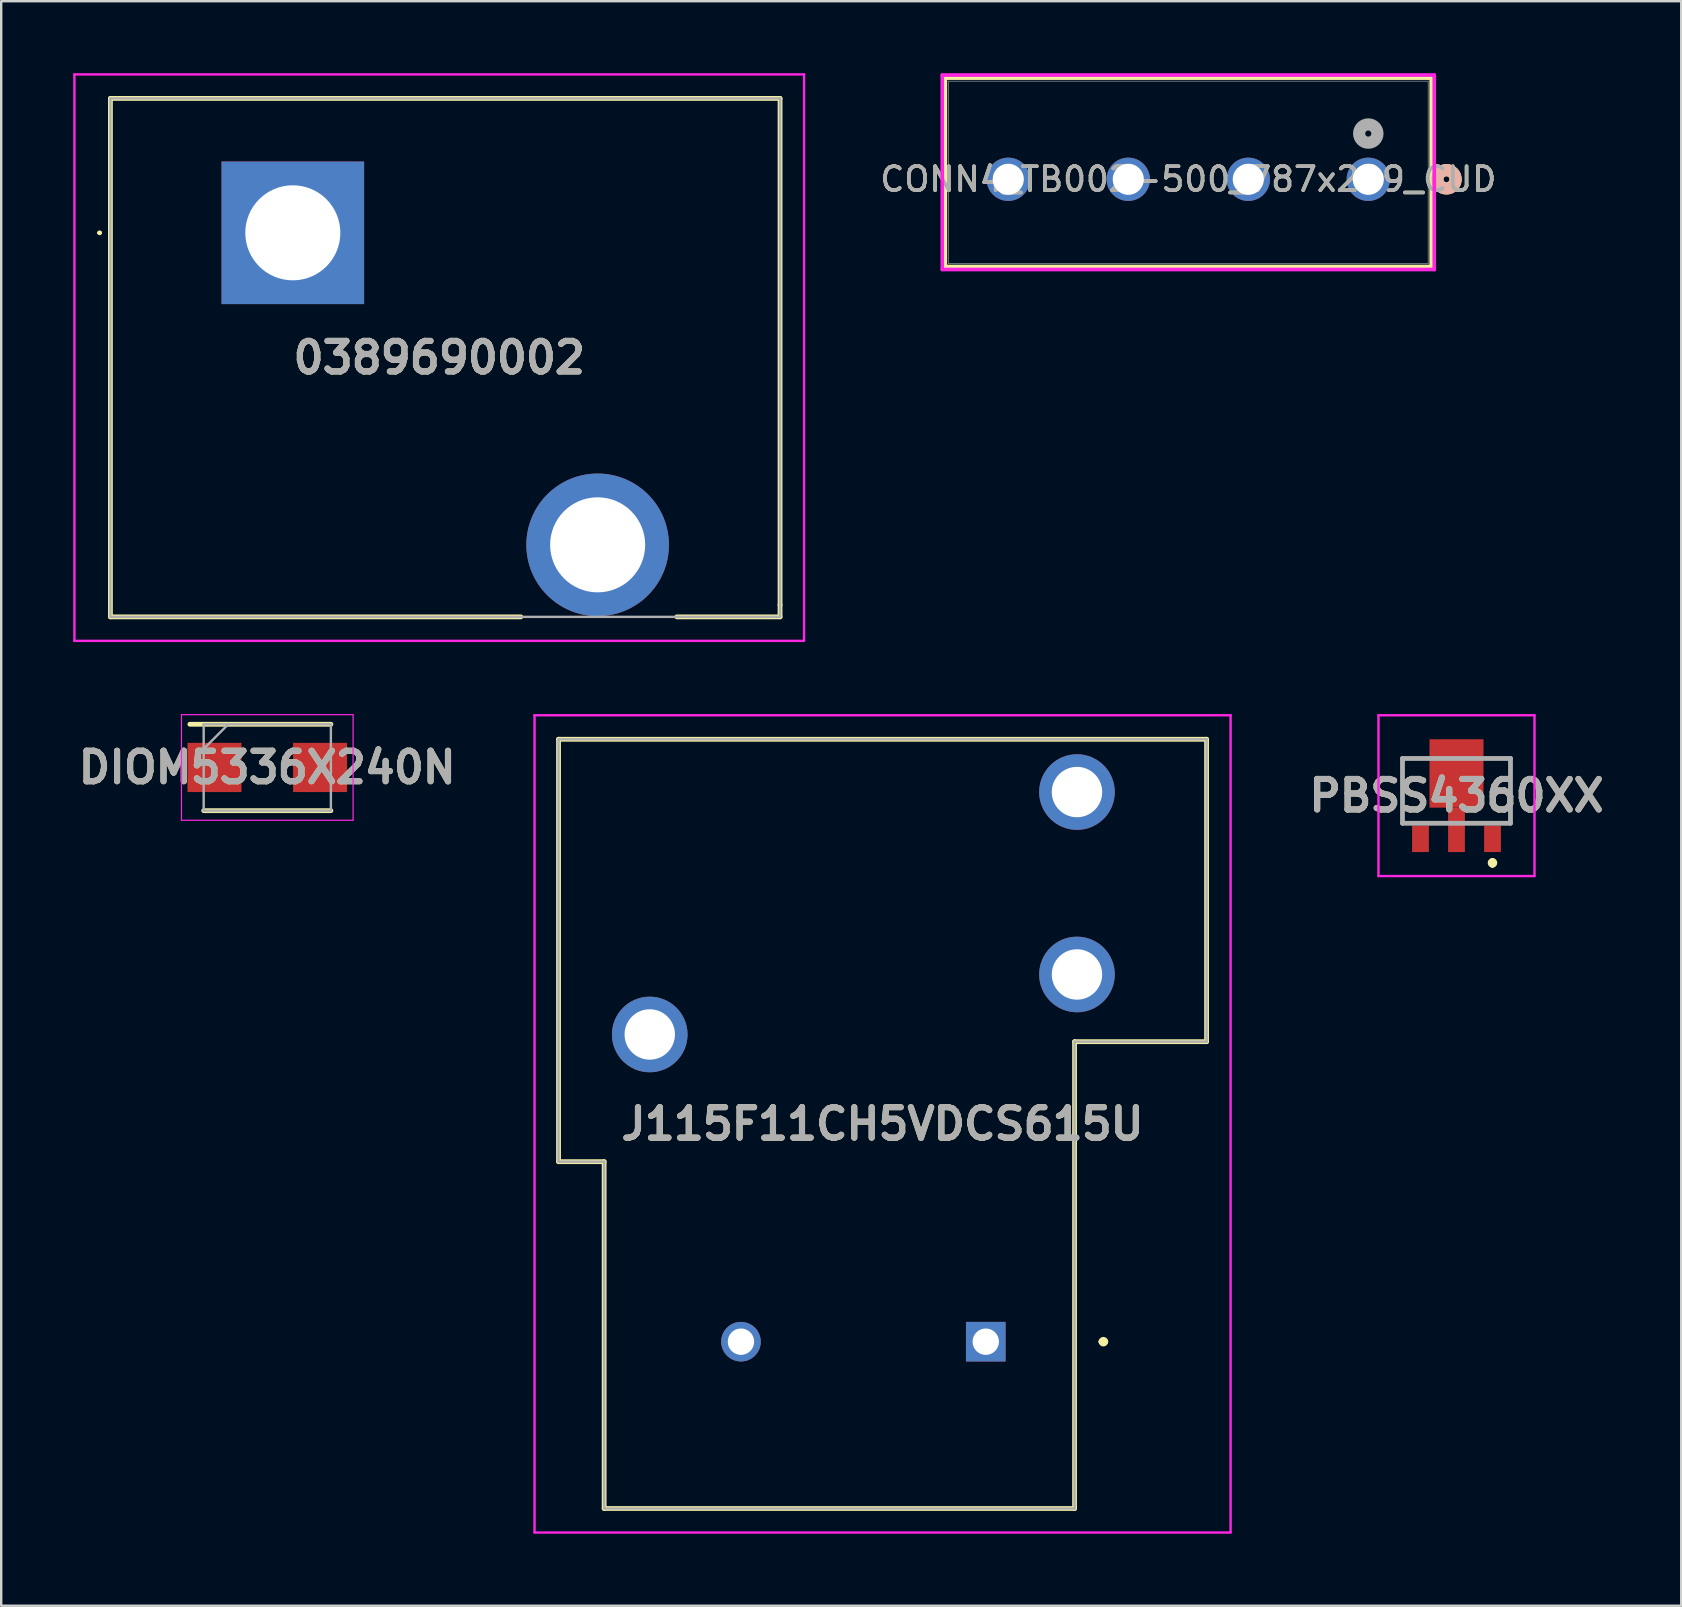
<source format=kicad_pcb>
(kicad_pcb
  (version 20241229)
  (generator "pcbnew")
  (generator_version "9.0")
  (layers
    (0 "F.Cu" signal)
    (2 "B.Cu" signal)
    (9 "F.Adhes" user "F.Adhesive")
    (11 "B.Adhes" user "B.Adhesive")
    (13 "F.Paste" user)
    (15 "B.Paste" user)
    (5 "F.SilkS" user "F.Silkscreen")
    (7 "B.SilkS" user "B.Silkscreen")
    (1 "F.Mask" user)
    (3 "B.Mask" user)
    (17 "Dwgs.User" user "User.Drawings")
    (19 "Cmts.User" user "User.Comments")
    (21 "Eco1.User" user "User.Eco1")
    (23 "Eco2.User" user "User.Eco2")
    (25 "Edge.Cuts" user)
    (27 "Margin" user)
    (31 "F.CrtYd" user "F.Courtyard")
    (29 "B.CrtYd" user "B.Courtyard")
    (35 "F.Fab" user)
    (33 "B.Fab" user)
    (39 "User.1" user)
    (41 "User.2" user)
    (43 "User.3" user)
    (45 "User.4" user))
  (footprint "0389690002"
    (layer "F.Cu")
    (at 9.15 6.65)
    (property "Reference" "0389690002" (at 6.1 5.2 0) (layer "F.SilkS") (effects (font (size 1.27 1.27) (thickness 0.254))))
    (attr through_hole)
    (fp_line (start -8.1 0) (end -8.1 0) (stroke (width 0.1) (type solid)) (layer "F.SilkS"))
    (fp_line (start -8 0) (end -8 0) (stroke (width 0.1) (type solid)) (layer "F.SilkS"))
    (fp_line (start -7.6 -5.6) (end 20.3 -5.6) (stroke (width 0.2) (type solid)) (layer "F.SilkS"))
    (fp_line (start -7.6 16) (end -7.6 -5.6) (stroke (width 0.2) (type solid)) (layer "F.SilkS"))
    (fp_line (start 9.5 16) (end -7.6 16) (stroke (width 0.2) (type solid)) (layer "F.SilkS"))
    (fp_line (start 20.3 -5.6) (end 20.3 15.5) (stroke (width 0.2) (type solid)) (layer "F.SilkS"))
    (fp_line (start 20.3 15.5) (end 20.3 16) (stroke (width 0.2) (type solid)) (layer "F.SilkS"))
    (fp_line (start 20.3 16) (end 16 16) (stroke (width 0.2) (type solid)) (layer "F.SilkS"))
    (fp_arc (start -8.1 0) (mid -8.05 -0.05) (end -8 0) (stroke (width 0.1) (type solid)) (layer "F.SilkS"))
    (fp_arc (start -8 0) (mid -8.05 0.05) (end -8.1 0) (stroke (width 0.1) (type solid)) (layer "F.SilkS"))
    (fp_line (start -9.1 -6.6) (end 21.3 -6.6) (stroke (width 0.1) (type solid)) (layer "F.CrtYd"))
    (fp_line (start -9.1 17) (end -9.1 -6.6) (stroke (width 0.1) (type solid)) (layer "F.CrtYd"))
    (fp_line (start 21.3 -6.6) (end 21.3 17) (stroke (width 0.1) (type solid)) (layer "F.CrtYd"))
    (fp_line (start 21.3 17) (end -9.1 17) (stroke (width 0.1) (type solid)) (layer "F.CrtYd"))
    (fp_line (start -7.6 -5.6) (end 20.3 -5.6) (stroke (width 0.1) (type solid)) (layer "F.Fab"))
    (fp_line (start -7.6 16) (end -7.6 -5.6) (stroke (width 0.1) (type solid)) (layer "F.Fab"))
    (fp_line (start 20.3 -5.6) (end 20.3 16) (stroke (width 0.1) (type solid)) (layer "F.Fab"))
    (fp_line (start 20.3 16) (end -7.6 16) (stroke (width 0.1) (type solid)) (layer "F.Fab"))
    (fp_text user "${REFERENCE}" (at 6.1 5.2 0) (layer "F.Fab") (effects (font (size 1.27 1.27) (thickness 0.254))))
    (pad "1" thru_hole rect (at 0 0) (size 5.94 5.94) (drill 3.96) (layers "*.Cu" "*.Mask"))
    (pad "2" thru_hole circle (at 12.7 13) (size 5.94 5.94) (drill 3.96) (layers "*.Cu" "*.Mask")))
  (footprint "DIOM5336X240N"
    (layer "F.Cu")
    (at 8.086 28.925)
    (property "Reference" "DIOM5336X240N" (at 0 0 0) (layer "F.SilkS") (effects (font (size 1.27 1.27) (thickness 0.254))))
    (attr smd)
    (fp_line (start -2.65 1.8) (end 2.65 1.8) (stroke (width 0.2) (type solid)) (layer "F.SilkS"))
    (fp_line (start 2.65 -1.8) (end -3.225 -1.8) (stroke (width 0.2) (type solid)) (layer "F.SilkS"))
    (fp_line (start -3.575 -2.2) (end 3.575 -2.2) (stroke (width 0.05) (type solid)) (layer "F.CrtYd"))
    (fp_line (start -3.575 2.2) (end -3.575 -2.2) (stroke (width 0.05) (type solid)) (layer "F.CrtYd"))
    (fp_line (start 3.575 -2.2) (end 3.575 2.2) (stroke (width 0.05) (type solid)) (layer "F.CrtYd"))
    (fp_line (start 3.575 2.2) (end -3.575 2.2) (stroke (width 0.05) (type solid)) (layer "F.CrtYd"))
    (fp_line (start -2.65 -1.8) (end 2.65 -1.8) (stroke (width 0.1) (type solid)) (layer "F.Fab"))
    (fp_line (start -2.65 -0.775) (end -1.625 -1.8) (stroke (width 0.1) (type solid)) (layer "F.Fab"))
    (fp_line (start -2.65 1.8) (end -2.65 -1.8) (stroke (width 0.1) (type solid)) (layer "F.Fab"))
    (fp_line (start 2.65 -1.8) (end 2.65 1.8) (stroke (width 0.1) (type solid)) (layer "F.Fab"))
    (fp_line (start 2.65 1.8) (end -2.65 1.8) (stroke (width 0.1) (type solid)) (layer "F.Fab"))
    (fp_text user "${REFERENCE}" (at 0 0 0) (layer "F.Fab") (effects (font (size 1.27 1.27) (thickness 0.254))))
    (pad "1" smd rect (at -2.2 0 90) (size 2.05 2.25) (layers "F.Cu" "F.Mask" "F.Paste"))
    (pad "2" smd rect (at 2.2 0 90) (size 2.05 2.25) (layers "F.Cu" "F.Mask" "F.Paste")))
  (footprint "J115F11CH5VDCS615U"
    (layer "F.Cu")
    (at 38.021 52.85)
    (property "Reference" "J115F11CH5VDCS615U" (at -4.3 -9.075 0) (layer "F.SilkS") (effects (font (size 1.27 1.27) (thickness 0.254))))
    (attr through_hole)
    (fp_line (start -17.8 -25.1) (end 9.2 -25.1) (stroke (width 0.2) (type solid)) (layer "F.SilkS"))
    (fp_line (start -17.8 -7.5) (end -17.8 -25.1) (stroke (width 0.2) (type solid)) (layer "F.SilkS"))
    (fp_line (start -15.9 -7.5) (end -17.8 -7.5) (stroke (width 0.2) (type solid)) (layer "F.SilkS"))
    (fp_line (start -15.9 6.95) (end -15.9 -7.5) (stroke (width 0.2) (type solid)) (layer "F.SilkS"))
    (fp_line (start 3.7 -12.5) (end 3.7 6.95) (stroke (width 0.2) (type solid)) (layer "F.SilkS"))
    (fp_line (start 3.7 6.95) (end -15.9 6.95) (stroke (width 0.2) (type solid)) (layer "F.SilkS"))
    (fp_line (start 4.8 0) (end 4.8 0) (stroke (width 0.2) (type solid)) (layer "F.SilkS"))
    (fp_line (start 5 0) (end 5 0) (stroke (width 0.2) (type solid)) (layer "F.SilkS"))
    (fp_line (start 9.2 -25.1) (end 9.2 -12.5) (stroke (width 0.2) (type solid)) (layer "F.SilkS"))
    (fp_line (start 9.2 -12.5) (end 3.7 -12.5) (stroke (width 0.2) (type solid)) (layer "F.SilkS"))
    (fp_arc (start 4.8 0) (mid 4.9 -0.1) (end 5 0) (stroke (width 0.2) (type solid)) (layer "F.SilkS"))
    (fp_arc (start 5 0) (mid 4.9 0.1) (end 4.8 0) (stroke (width 0.2) (type solid)) (layer "F.SilkS"))
    (fp_line (start -18.8 -26.1) (end -18.8 7.95) (stroke (width 0.1) (type solid)) (layer "F.CrtYd"))
    (fp_line (start -18.8 7.95) (end 10.2 7.95) (stroke (width 0.1) (type solid)) (layer "F.CrtYd"))
    (fp_line (start 10.2 -26.1) (end -18.8 -26.1) (stroke (width 0.1) (type solid)) (layer "F.CrtYd"))
    (fp_line (start 10.2 7.95) (end 10.2 -26.1) (stroke (width 0.1) (type solid)) (layer "F.CrtYd"))
    (fp_line (start -17.8 -25.1) (end -17.8 -7.5) (stroke (width 0.1) (type solid)) (layer "F.Fab"))
    (fp_line (start -17.8 -7.5) (end -15.9 -7.5) (stroke (width 0.1) (type solid)) (layer "F.Fab"))
    (fp_line (start -15.9 -7.5) (end -15.9 6.95) (stroke (width 0.1) (type solid)) (layer "F.Fab"))
    (fp_line (start -15.9 6.95) (end 3.7 6.95) (stroke (width 0.1) (type solid)) (layer "F.Fab"))
    (fp_line (start 3.7 -12.5) (end 9.2 -12.5) (stroke (width 0.1) (type solid)) (layer "F.Fab"))
    (fp_line (start 3.7 6.95) (end 3.7 -12.5) (stroke (width 0.1) (type solid)) (layer "F.Fab"))
    (fp_line (start 9.2 -25.1) (end -17.8 -25.1) (stroke (width 0.1) (type solid)) (layer "F.Fab"))
    (fp_line (start 9.2 -12.5) (end 9.2 -25.1) (stroke (width 0.1) (type solid)) (layer "F.Fab"))
    (fp_text user "${REFERENCE}" (at -4.3 -9.075 0) (layer "F.Fab") (effects (font (size 1.27 1.27) (thickness 0.254))))
    (pad "1" thru_hole rect (at 0 0) (size 1.65 1.65) (drill 1.1) (layers "*.Cu" "*.Mask"))
    (pad "2" thru_hole circle (at -10.2 0) (size 1.65 1.65) (drill 1.1) (layers "*.Cu" "*.Mask"))
    (pad "3" thru_hole circle (at -14 -12.8) (size 3.15 3.15) (drill 2.1) (layers "*.Cu" "*.Mask"))
    (pad "4" thru_hole circle (at 3.8 -22.9) (size 3.15 3.15) (drill 2.1) (layers "*.Cu" "*.Mask"))
    (pad "5" thru_hole circle (at 3.8 -15.3) (size 3.15 3.15) (drill 2.1) (layers "*.Cu" "*.Mask")))
  (footprint "CONN4_TB002-500_787x299_CUD"
    (layer "F.Cu")
    (at 53.958 4.42)
    (property "Reference" "CONN4_TB002-500_787x299_CUD" (at -7.5 0 0) (unlocked yes) (layer "F.SilkS") (effects (font (size 1 1) (thickness 0.15))))
    (attr through_hole)
    (fp_line (start -17.622 -4.216) (end -17.622 3.632) (stroke (width 0.152) (type solid)) (layer "F.SilkS"))
    (fp_line (start -17.622 3.632) (end 2.622 3.632) (stroke (width 0.152) (type solid)) (layer "F.SilkS"))
    (fp_line (start 2.622 -4.216) (end -17.622 -4.216) (stroke (width 0.152) (type solid)) (layer "F.SilkS"))
    (fp_line (start 2.622 3.632) (end 2.622 -4.216) (stroke (width 0.152) (type solid)) (layer "F.SilkS"))
    (fp_circle (center 3.257 0) (end 3.638 0) (stroke (width 0.508) (type solid)) (fill no) (layer "F.SilkS"))
    (fp_circle (center 3.257 0) (end 3.638 0) (stroke (width 0.508) (type solid)) (fill no) (layer "B.SilkS"))
    (fp_line (start -17.749 -4.343) (end -17.749 3.759) (stroke (width 0.152) (type solid)) (layer "F.CrtYd"))
    (fp_line (start -17.749 3.759) (end 2.749 3.759) (stroke (width 0.152) (type solid)) (layer "F.CrtYd"))
    (fp_line (start 2.749 -4.343) (end -17.749 -4.343) (stroke (width 0.152) (type solid)) (layer "F.CrtYd"))
    (fp_line (start 2.749 3.759) (end 2.749 -4.343) (stroke (width 0.152) (type solid)) (layer "F.CrtYd"))
    (fp_line (start -17.495 -4.089) (end -17.495 3.505) (stroke (width 0.025) (type solid)) (layer "F.Fab"))
    (fp_line (start -17.495 3.505) (end 2.495 3.505) (stroke (width 0.025) (type solid)) (layer "F.Fab"))
    (fp_line (start 2.495 -4.089) (end -17.495 -4.089) (stroke (width 0.025) (type solid)) (layer "F.Fab"))
    (fp_line (start 2.495 3.505) (end 2.495 -4.089) (stroke (width 0.025) (type solid)) (layer "F.Fab"))
    (fp_circle (center 0 -1.905) (end 0.381 -1.905) (stroke (width 0.508) (type solid)) (fill no) (layer "F.Fab"))
    (fp_text user "${REFERENCE}" (at -7.5 0 0) (unlocked yes) (layer "F.Fab") (effects (font (size 1 1) (thickness 0.15))))
    (pad "1" thru_hole circle (at 0 0) (size 1.803 1.803) (drill 1.295) (layers "*.Cu" "*.Mask"))
    (pad "2" thru_hole circle (at -5 0) (size 1.803 1.803) (drill 1.295) (layers "*.Cu" "*.Mask"))
    (pad "3" thru_hole circle (at -10 0) (size 1.803 1.803) (drill 1.295) (layers "*.Cu" "*.Mask"))
    (pad "4" thru_hole circle (at -15 0) (size 1.803 1.803) (drill 1.295) (layers "*.Cu" "*.Mask")))
  (footprint "PBSS4360XX"
    (layer "F.Cu")
    (at 57.633 30.1)
    (property "Reference" "PBSS4360XX" (at 0 0 0) (layer "F.SilkS") (effects (font (size 1.27 1.27) (thickness 0.254))))
    (attr smd)
    (fp_line (start -2.25 -1.55) (end -1.5 -1.55) (stroke (width 0.1) (type solid)) (layer "F.SilkS"))
    (fp_line (start -2.25 1.15) (end -2.25 -1.55) (stroke (width 0.1) (type solid)) (layer "F.SilkS"))
    (fp_line (start 1.5 -1.55) (end 2.25 -1.55) (stroke (width 0.1) (type solid)) (layer "F.SilkS"))
    (fp_line (start 1.5 2.7) (end 1.5 2.7) (stroke (width 0.2) (type solid)) (layer "F.SilkS"))
    (fp_line (start 1.5 2.9) (end 1.5 2.9) (stroke (width 0.2) (type solid)) (layer "F.SilkS"))
    (fp_line (start 2.25 -1.55) (end 2.25 1.15) (stroke (width 0.1) (type solid)) (layer "F.SilkS"))
    (fp_arc (start 1.5 2.7) (mid 1.6 2.8) (end 1.5 2.9) (stroke (width 0.2) (type solid)) (layer "F.SilkS"))
    (fp_arc (start 1.5 2.9) (mid 1.4 2.8) (end 1.5 2.7) (stroke (width 0.2) (type solid)) (layer "F.SilkS"))
    (fp_line (start -3.25 -3.35) (end 3.25 -3.35) (stroke (width 0.1) (type solid)) (layer "F.CrtYd"))
    (fp_line (start -3.25 3.35) (end -3.25 -3.35) (stroke (width 0.1) (type solid)) (layer "F.CrtYd"))
    (fp_line (start 3.25 -3.35) (end 3.25 3.35) (stroke (width 0.1) (type solid)) (layer "F.CrtYd"))
    (fp_line (start 3.25 3.35) (end -3.25 3.35) (stroke (width 0.1) (type solid)) (layer "F.CrtYd"))
    (fp_line (start -2.25 -1.55) (end 2.25 -1.55) (stroke (width 0.2) (type solid)) (layer "F.Fab"))
    (fp_line (start -2.25 1.15) (end -2.25 -1.55) (stroke (width 0.2) (type solid)) (layer "F.Fab"))
    (fp_line (start 2.25 -1.55) (end 2.25 1.15) (stroke (width 0.2) (type solid)) (layer "F.Fab"))
    (fp_line (start 2.25 1.15) (end -2.25 1.15) (stroke (width 0.2) (type solid)) (layer "F.Fab"))
    (fp_text user "${REFERENCE}" (at 0 0 0) (layer "F.Fab") (effects (font (size 1.27 1.27) (thickness 0.254))))
    (pad "1" smd rect (at 1.5 1.8) (size 0.7 1.1) (layers "F.Cu" "F.Mask" "F.Paste"))
    (pad "2" smd rect (at 0 1.425) (size 0.7 1.85) (layers "F.Cu" "F.Mask" "F.Paste"))
    (pad "3" smd rect (at -1.5 1.8) (size 0.7 1.1) (layers "F.Cu" "F.Mask" "F.Paste"))
    (pad "4" smd rect (at 0 -0.925) (size 2.25 2.85) (layers "F.Cu" "F.Mask" "F.Paste")))
  (gr_rect
    (start -3 -3)
    (end 66.996 63.85)
    (stroke (width 0.1) (type default))
    (fill no)
    (layer "Edge.Cuts")))
</source>
